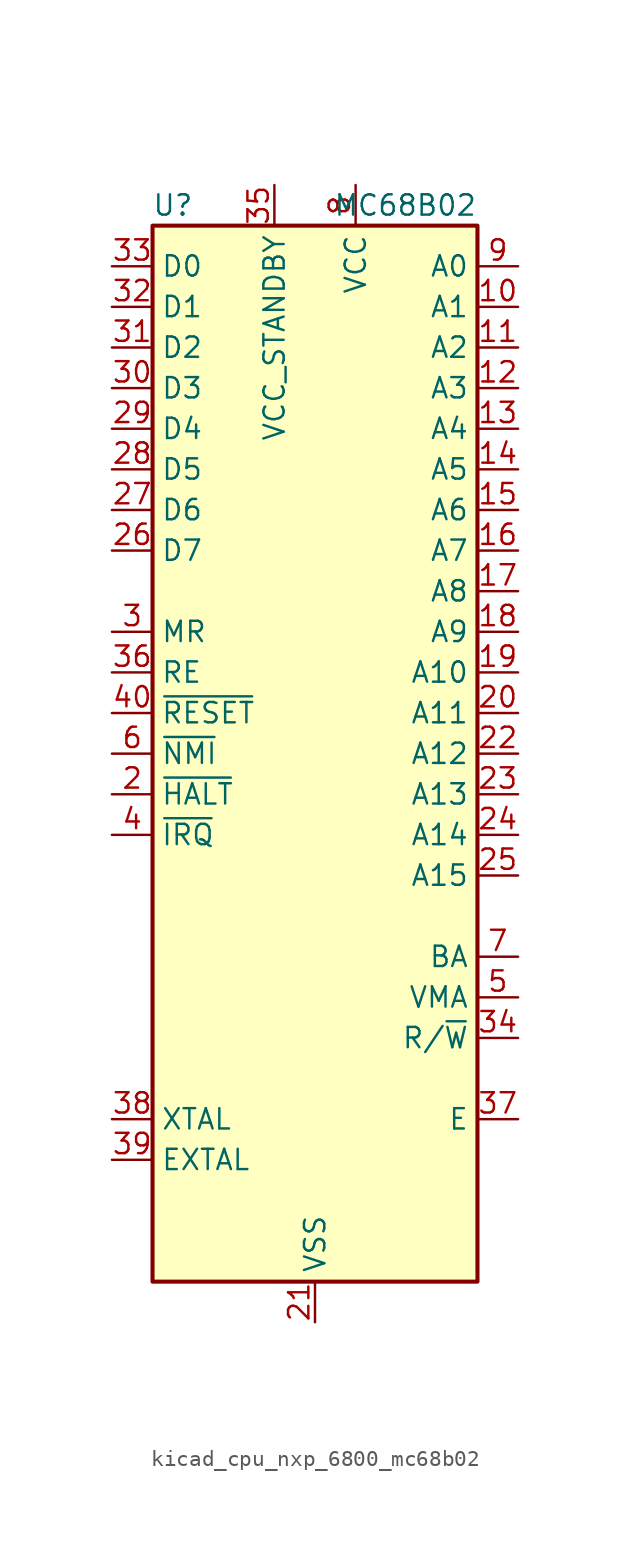
<source format=kicad_sym>
(kicad_symbol_lib
  (version 20220914)
  (generator kicad_symbol_editor)
  (symbol "kicad_cpu_nxp_6800_mc68b02"
    (property "Reference" "U"
      (at -8.89 34.29 0)
      (effects (font (size 1.27 1.27))))
    (property "Value" "MC68B02"
      (at 10.16 34.29 0)
      (effects (font (size 1.27 1.27)) (justify right)))
    (symbol "kicad_cpu_nxp_6800_mc68b02_0_1"
      (rectangle (start -10.16 -33.02) (end 10.16 33.02) (stroke (width 0.254) (type default)) (fill (type background))))
    (symbol "kicad_cpu_nxp_6800_mc68b02_1_1"
      (pin passive line (at 0 -35.56 90) (length 2.54) hide (name "VSS" (effects (font (size 1.27 1.27)))) (number "1" (effects (font (size 1.27 1.27)))))
      (pin output line (at 12.7 27.94 180) (length 2.54) (name "A1" (effects (font (size 1.27 1.27)))) (number "10" (effects (font (size 1.27 1.27)))))
      (pin output line (at 12.7 25.4 180) (length 2.54) (name "A2" (effects (font (size 1.27 1.27)))) (number "11" (effects (font (size 1.27 1.27)))))
      (pin output line (at 12.7 22.86 180) (length 2.54) (name "A3" (effects (font (size 1.27 1.27)))) (number "12" (effects (font (size 1.27 1.27)))))
      (pin output line (at 12.7 20.32 180) (length 2.54) (name "A4" (effects (font (size 1.27 1.27)))) (number "13" (effects (font (size 1.27 1.27)))))
      (pin output line (at 12.7 17.78 180) (length 2.54) (name "A5" (effects (font (size 1.27 1.27)))) (number "14" (effects (font (size 1.27 1.27)))))
      (pin output line (at 12.7 15.24 180) (length 2.54) (name "A6" (effects (font (size 1.27 1.27)))) (number "15" (effects (font (size 1.27 1.27)))))
      (pin output line (at 12.7 12.7 180) (length 2.54) (name "A7" (effects (font (size 1.27 1.27)))) (number "16" (effects (font (size 1.27 1.27)))))
      (pin output line (at 12.7 10.16 180) (length 2.54) (name "A8" (effects (font (size 1.27 1.27)))) (number "17" (effects (font (size 1.27 1.27)))))
      (pin output line (at 12.7 7.62 180) (length 2.54) (name "A9" (effects (font (size 1.27 1.27)))) (number "18" (effects (font (size 1.27 1.27)))))
      (pin output line (at 12.7 5.08 180) (length 2.54) (name "A10" (effects (font (size 1.27 1.27)))) (number "19" (effects (font (size 1.27 1.27)))))
      (pin input line (at -12.7 -2.54 0) (length 2.54) (name "~{HALT}" (effects (font (size 1.27 1.27)))) (number "2" (effects (font (size 1.27 1.27)))))
      (pin output line (at 12.7 2.54 180) (length 2.54) (name "A11" (effects (font (size 1.27 1.27)))) (number "20" (effects (font (size 1.27 1.27)))))
      (pin power_in line (at 0 -35.56 90) (length 2.54) (name "VSS" (effects (font (size 1.27 1.27)))) (number "21" (effects (font (size 1.27 1.27)))))
      (pin output line (at 12.7 0 180) (length 2.54) (name "A12" (effects (font (size 1.27 1.27)))) (number "22" (effects (font (size 1.27 1.27)))))
      (pin output line (at 12.7 -2.54 180) (length 2.54) (name "A13" (effects (font (size 1.27 1.27)))) (number "23" (effects (font (size 1.27 1.27)))))
      (pin output line (at 12.7 -5.08 180) (length 2.54) (name "A14" (effects (font (size 1.27 1.27)))) (number "24" (effects (font (size 1.27 1.27)))))
      (pin output line (at 12.7 -7.62 180) (length 2.54) (name "A15" (effects (font (size 1.27 1.27)))) (number "25" (effects (font (size 1.27 1.27)))))
      (pin bidirectional line (at -12.7 12.7 0) (length 2.54) (name "D7" (effects (font (size 1.27 1.27)))) (number "26" (effects (font (size 1.27 1.27)))))
      (pin bidirectional line (at -12.7 15.24 0) (length 2.54) (name "D6" (effects (font (size 1.27 1.27)))) (number "27" (effects (font (size 1.27 1.27)))))
      (pin bidirectional line (at -12.7 17.78 0) (length 2.54) (name "D5" (effects (font (size 1.27 1.27)))) (number "28" (effects (font (size 1.27 1.27)))))
      (pin bidirectional line (at -12.7 20.32 0) (length 2.54) (name "D4" (effects (font (size 1.27 1.27)))) (number "29" (effects (font (size 1.27 1.27)))))
      (pin input line (at -12.7 7.62 0) (length 2.54) (name "MR" (effects (font (size 1.27 1.27)))) (number "3" (effects (font (size 1.27 1.27)))))
      (pin bidirectional line (at -12.7 22.86 0) (length 2.54) (name "D3" (effects (font (size 1.27 1.27)))) (number "30" (effects (font (size 1.27 1.27)))))
      (pin bidirectional line (at -12.7 25.4 0) (length 2.54) (name "D2" (effects (font (size 1.27 1.27)))) (number "31" (effects (font (size 1.27 1.27)))))
      (pin bidirectional line (at -12.7 27.94 0) (length 2.54) (name "D1" (effects (font (size 1.27 1.27)))) (number "32" (effects (font (size 1.27 1.27)))))
      (pin bidirectional line (at -12.7 30.48 0) (length 2.54) (name "D0" (effects (font (size 1.27 1.27)))) (number "33" (effects (font (size 1.27 1.27)))))
      (pin output line (at 12.7 -17.78 180) (length 2.54) (name "R/~{W}" (effects (font (size 1.27 1.27)))) (number "34" (effects (font (size 1.27 1.27)))))
      (pin power_in line (at -2.54 35.56 270) (length 2.54) (name "VCC_STANDBY" (effects (font (size 1.27 1.27)))) (number "35" (effects (font (size 1.27 1.27)))))
      (pin input line (at -12.7 5.08 0) (length 2.54) (name "RE" (effects (font (size 1.27 1.27)))) (number "36" (effects (font (size 1.27 1.27)))))
      (pin output line (at 12.7 -22.86 180) (length 2.54) (name "E" (effects (font (size 1.27 1.27)))) (number "37" (effects (font (size 1.27 1.27)))))
      (pin passive line (at -12.7 -22.86 0) (length 2.54) (name "XTAL" (effects (font (size 1.27 1.27)))) (number "38" (effects (font (size 1.27 1.27)))))
      (pin passive line (at -12.7 -25.4 0) (length 2.54) (name "EXTAL" (effects (font (size 1.27 1.27)))) (number "39" (effects (font (size 1.27 1.27)))))
      (pin input line (at -12.7 -5.08 0) (length 2.54) (name "~{IRQ}" (effects (font (size 1.27 1.27)))) (number "4" (effects (font (size 1.27 1.27)))))
      (pin input line (at -12.7 2.54 0) (length 2.54) (name "~{RESET}" (effects (font (size 1.27 1.27)))) (number "40" (effects (font (size 1.27 1.27)))))
      (pin output line (at 12.7 -15.24 180) (length 2.54) (name "VMA" (effects (font (size 1.27 1.27)))) (number "5" (effects (font (size 1.27 1.27)))))
      (pin input line (at -12.7 0 0) (length 2.54) (name "~{NMI}" (effects (font (size 1.27 1.27)))) (number "6" (effects (font (size 1.27 1.27)))))
      (pin output line (at 12.7 -12.7 180) (length 2.54) (name "BA" (effects (font (size 1.27 1.27)))) (number "7" (effects (font (size 1.27 1.27)))))
      (pin power_in line (at 2.54 35.56 270) (length 2.54) (name "VCC" (effects (font (size 1.27 1.27)))) (number "8" (effects (font (size 1.27 1.27)))))
      (pin output line (at 12.7 30.48 180) (length 2.54) (name "A0" (effects (font (size 1.27 1.27)))) (number "9" (effects (font (size 1.27 1.27))))))))
</source>
